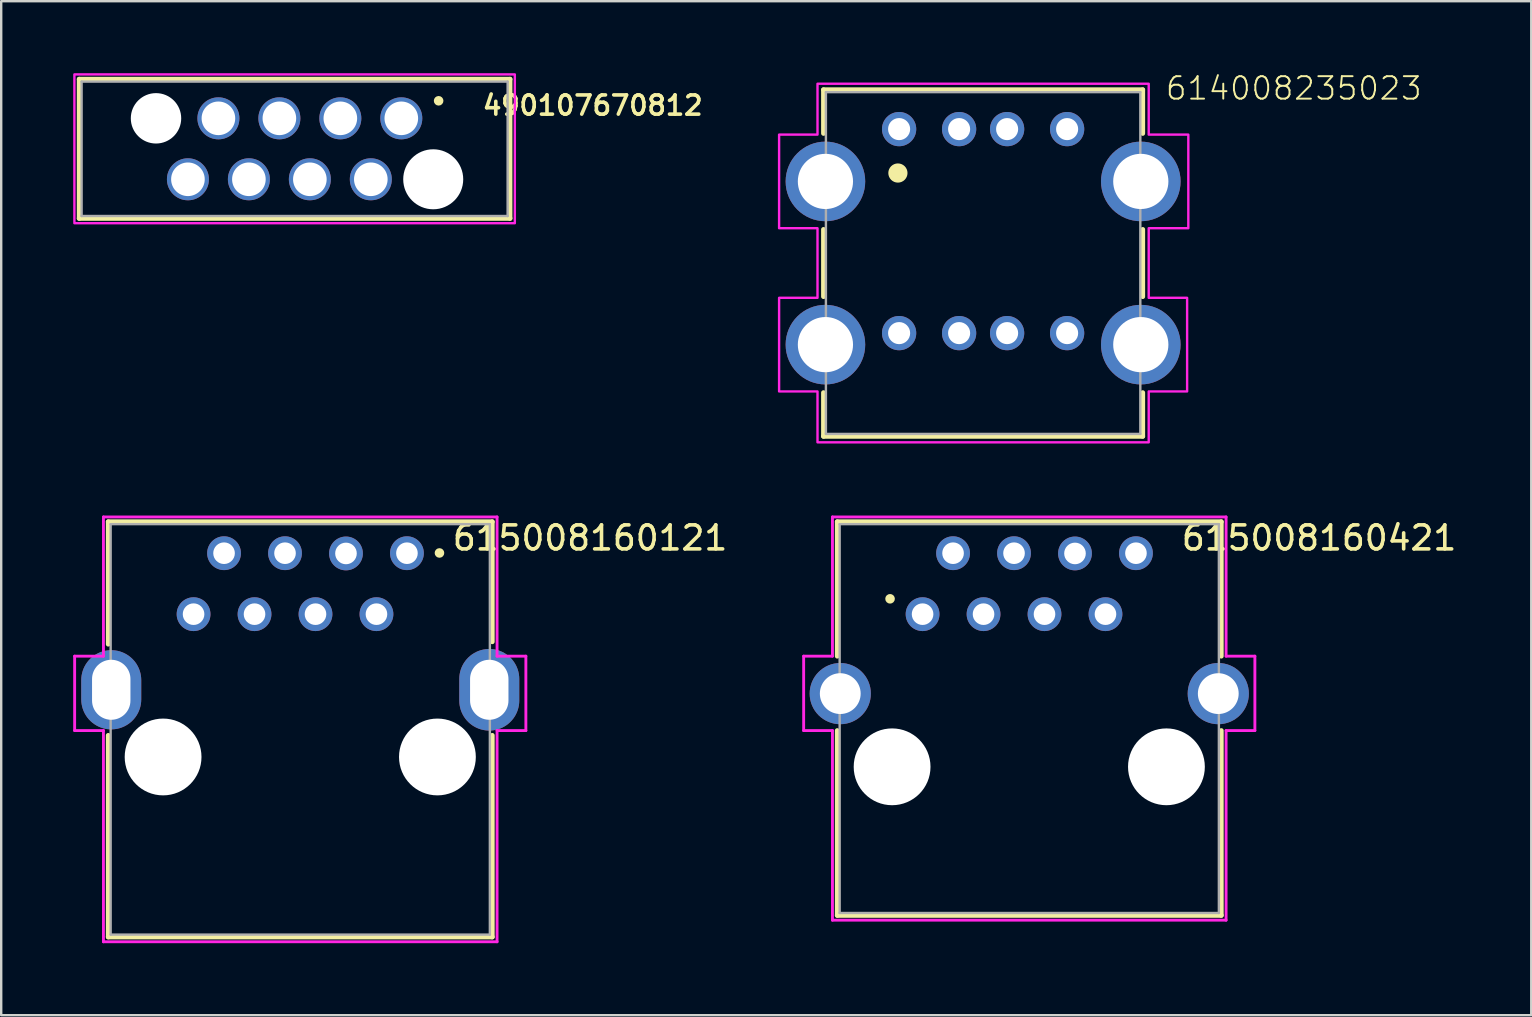
<source format=kicad_pcb>
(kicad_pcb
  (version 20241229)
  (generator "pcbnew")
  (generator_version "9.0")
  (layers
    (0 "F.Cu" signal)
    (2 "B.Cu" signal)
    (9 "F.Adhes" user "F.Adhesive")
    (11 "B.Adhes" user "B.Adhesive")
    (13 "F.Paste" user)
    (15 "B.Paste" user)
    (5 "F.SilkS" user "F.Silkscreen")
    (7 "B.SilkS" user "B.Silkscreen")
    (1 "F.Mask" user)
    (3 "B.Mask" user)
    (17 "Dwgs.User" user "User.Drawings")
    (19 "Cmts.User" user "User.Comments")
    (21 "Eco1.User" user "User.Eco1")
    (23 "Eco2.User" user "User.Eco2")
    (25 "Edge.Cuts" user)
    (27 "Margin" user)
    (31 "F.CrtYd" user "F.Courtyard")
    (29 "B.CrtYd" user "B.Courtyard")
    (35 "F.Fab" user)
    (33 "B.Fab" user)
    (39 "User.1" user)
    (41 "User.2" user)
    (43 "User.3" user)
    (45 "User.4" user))
  (footprint "490107670812"
    (layer "F.Cu")
    (at 9.225 3.15)
    (property "Reference" "490107670812" (at 12.42 -1.808 0) (layer "F.SilkS") (effects (font (size 0.8 0.8) (thickness 0.15))))
    (attr through_hole)
    (fp_line (start -8.975 -2.9) (end 8.975 -2.9) (stroke (width 0.2) (type solid)) (layer "F.SilkS"))
    (fp_line (start -8.975 2.9) (end -8.975 -2.9) (stroke (width 0.2) (type solid)) (layer "F.SilkS"))
    (fp_line (start 8.975 -2.9) (end 8.975 2.9) (stroke (width 0.2) (type solid)) (layer "F.SilkS"))
    (fp_line (start 8.975 2.9) (end -8.975 2.9) (stroke (width 0.2) (type solid)) (layer "F.SilkS"))
    (fp_circle (center 6 -2) (end 6.1 -2) (stroke (width 0.2) (type solid)) (fill no) (layer "F.SilkS"))
    (fp_poly (pts (xy -9.175 -3.1) (xy 9.175 -3.1) (xy 9.175 3.1) (xy -9.175 3.1)) (stroke (width 0.1) (type solid)) (fill no) (layer "F.CrtYd"))
    (fp_line (start -8.875 -2.8) (end 8.875 -2.8) (stroke (width 0.1) (type solid)) (layer "F.Fab"))
    (fp_line (start -8.875 2.8) (end -8.875 -2.8) (stroke (width 0.1) (type solid)) (layer "F.Fab"))
    (fp_line (start 8.875 -2.8) (end 8.875 2.8) (stroke (width 0.1) (type solid)) (layer "F.Fab"))
    (fp_line (start 8.875 2.8) (end -8.875 2.8) (stroke (width 0.1) (type solid)) (layer "F.Fab"))
    (pad "" np_thru_hole circle (at -5.775 -1.27) (size 2.1 2.1) (drill 2.1) (layers "*.Cu" "*.Mask"))
    (pad "" np_thru_hole circle (at 5.775 1.27) (size 2.5 2.5) (drill 2.5) (layers "*.Cu" "*.Mask"))
    (pad "1" thru_hole circle (at 4.445 -1.27) (size 1.75 1.75) (drill 1.4) (layers "*.Cu" "*.Mask"))
    (pad "2" thru_hole circle (at 3.175 1.27) (size 1.75 1.75) (drill 1.4) (layers "*.Cu" "*.Mask"))
    (pad "3" thru_hole circle (at 1.905 -1.27) (size 1.75 1.75) (drill 1.4) (layers "*.Cu" "*.Mask"))
    (pad "4" thru_hole circle (at 0.635 1.27) (size 1.75 1.75) (drill 1.4) (layers "*.Cu" "*.Mask"))
    (pad "5" thru_hole circle (at -0.635 -1.27) (size 1.75 1.75) (drill 1.4) (layers "*.Cu" "*.Mask"))
    (pad "6" thru_hole circle (at -1.905 1.27) (size 1.75 1.75) (drill 1.4) (layers "*.Cu" "*.Mask"))
    (pad "7" thru_hole circle (at -3.175 -1.27) (size 1.75 1.75) (drill 1.4) (layers "*.Cu" "*.Mask"))
    (pad "8" thru_hole circle (at -4.445 1.27) (size 1.75 1.75) (drill 1.4) (layers "*.Cu" "*.Mask")))
  (footprint "615008160421"
    (layer "F.Cu")
    (at 39.834 26.889)
    (property "Reference" "615008160421" (at 12.075 -7.525 0) (layer "F.SilkS") (effects (font (size 1 1) (thickness 0.15))))
    (attr through_hole)
    (fp_line (start -8 -8.2) (end 8 -8.2) (stroke (width 0.2) (type solid)) (layer "F.SilkS"))
    (fp_line (start -8 -2.6) (end -8 -8.2) (stroke (width 0.2) (type solid)) (layer "F.SilkS"))
    (fp_line (start -8 0.5) (end -8 8.2) (stroke (width 0.2) (type solid)) (layer "F.SilkS"))
    (fp_line (start -8 8.2) (end 8 8.2) (stroke (width 0.2) (type solid)) (layer "F.SilkS"))
    (fp_line (start 8 -8.2) (end 8 -2.6) (stroke (width 0.2) (type solid)) (layer "F.SilkS"))
    (fp_line (start 8 8.2) (end 8 0.5) (stroke (width 0.2) (type solid)) (layer "F.SilkS"))
    (fp_circle (center -5.8 -4.99) (end -5.7 -4.99) (stroke (width 0.2) (type solid)) (fill no) (layer "F.SilkS"))
    (fp_line (start -9.4 -2.6) (end -8.2 -2.6) (stroke (width 0.12) (type solid)) (layer "F.CrtYd"))
    (fp_line (start -9.4 0.5) (end -9.4 -2.6) (stroke (width 0.12) (type solid)) (layer "F.CrtYd"))
    (fp_line (start -8.2 -8.4) (end 8.2 -8.4) (stroke (width 0.12) (type solid)) (layer "F.CrtYd"))
    (fp_line (start -8.2 -2.6) (end -8.2 -8.4) (stroke (width 0.12) (type solid)) (layer "F.CrtYd"))
    (fp_line (start -8.2 0.5) (end -9.4 0.5) (stroke (width 0.12) (type solid)) (layer "F.CrtYd"))
    (fp_line (start -8.2 8.4) (end -8.2 0.5) (stroke (width 0.12) (type solid)) (layer "F.CrtYd"))
    (fp_line (start 8.2 -8.4) (end 8.2 -2.6) (stroke (width 0.12) (type solid)) (layer "F.CrtYd"))
    (fp_line (start 8.2 -2.6) (end 9.4 -2.6) (stroke (width 0.12) (type solid)) (layer "F.CrtYd"))
    (fp_line (start 8.2 0.5) (end 8.2 8.4) (stroke (width 0.12) (type solid)) (layer "F.CrtYd"))
    (fp_line (start 8.2 8.4) (end -8.2 8.4) (stroke (width 0.12) (type solid)) (layer "F.CrtYd"))
    (fp_line (start 9.4 -2.6) (end 9.4 0.5) (stroke (width 0.12) (type solid)) (layer "F.CrtYd"))
    (fp_line (start 9.4 0.5) (end 8.2 0.5) (stroke (width 0.12) (type solid)) (layer "F.CrtYd"))
    (fp_line (start -7.9 -8.1) (end -7.9 8.1) (stroke (width 0.1) (type solid)) (layer "F.Fab"))
    (fp_line (start -7.9 8.1) (end 7.9 8.1) (stroke (width 0.1) (type solid)) (layer "F.Fab"))
    (fp_line (start 7.9 -8.1) (end -7.9 -8.1) (stroke (width 0.1) (type solid)) (layer "F.Fab"))
    (fp_line (start 7.9 8.1) (end 7.9 -8.1) (stroke (width 0.1) (type solid)) (layer "F.Fab"))
    (pad "" np_thru_hole circle (at -5.715 2.01) (size 3.2 3.2) (drill 3.2) (layers "*.Cu" "*.Mask"))
    (pad "" np_thru_hole circle (at 5.715 2.01) (size 3.2 3.2) (drill 3.2) (layers "*.Cu" "*.Mask"))
    (pad "1" thru_hole circle (at -4.445 -4.35) (size 1.408 1.408) (drill 0.9) (layers "*.Cu" "*.Mask"))
    (pad "2" thru_hole circle (at -3.175 -6.89) (size 1.408 1.408) (drill 0.9) (layers "*.Cu" "*.Mask"))
    (pad "3" thru_hole circle (at -1.905 -4.35) (size 1.408 1.408) (drill 0.9) (layers "*.Cu" "*.Mask"))
    (pad "4" thru_hole circle (at -0.635 -6.89) (size 1.408 1.408) (drill 0.9) (layers "*.Cu" "*.Mask"))
    (pad "5" thru_hole circle (at 0.635 -4.35) (size 1.408 1.408) (drill 0.9) (layers "*.Cu" "*.Mask"))
    (pad "6" thru_hole circle (at 1.905 -6.88) (size 1.408 1.408) (drill 0.9) (layers "*.Cu" "*.Mask"))
    (pad "7" thru_hole circle (at 3.175 -4.35) (size 1.408 1.408) (drill 0.9) (layers "*.Cu" "*.Mask"))
    (pad "8" thru_hole circle (at 4.445 -6.89) (size 1.408 1.408) (drill 0.9) (layers "*.Cu" "*.Mask"))
    (pad "S1" thru_hole circle (at -7.875 -1.04) (size 2.55 2.55) (drill 1.7) (layers "*.Cu" "*.Mask"))
    (pad "S1" thru_hole circle (at 7.875 -1.04) (size 2.55 2.55) (drill 1.7) (layers "*.Cu" "*.Mask")))
  (footprint "615008160121"
    (layer "F.Cu")
    (at 9.46 26.889)
    (property "Reference" "615008160121" (at 12.075 -7.525 0) (layer "F.SilkS") (effects (font (size 1 1) (thickness 0.15))))
    (attr through_hole)
    (fp_line (start -8 -8.2) (end 8 -8.2) (stroke (width 0.2) (type solid)) (layer "F.SilkS"))
    (fp_line (start -8 -3.1) (end -8 -8.2) (stroke (width 0.2) (type solid)) (layer "F.SilkS"))
    (fp_line (start -8 0.7) (end -8 9.1) (stroke (width 0.2) (type solid)) (layer "F.SilkS"))
    (fp_line (start -8 9.1) (end 8 9.1) (stroke (width 0.2) (type solid)) (layer "F.SilkS"))
    (fp_line (start 8 -8.2) (end 8 -3.2) (stroke (width 0.2) (type solid)) (layer "F.SilkS"))
    (fp_line (start 8 9.1) (end 8 0.7) (stroke (width 0.2) (type solid)) (layer "F.SilkS"))
    (fp_circle (center 5.8 -6.9) (end 5.9 -6.9) (stroke (width 0.2) (type solid)) (fill no) (layer "F.SilkS"))
    (fp_line (start -9.4 -2.6) (end -8.2 -2.6) (stroke (width 0.12) (type solid)) (layer "F.CrtYd"))
    (fp_line (start -9.4 0.5) (end -9.4 -2.6) (stroke (width 0.12) (type solid)) (layer "F.CrtYd"))
    (fp_line (start -8.2 -8.4) (end 8.2 -8.4) (stroke (width 0.12) (type solid)) (layer "F.CrtYd"))
    (fp_line (start -8.2 -2.6) (end -8.2 -8.4) (stroke (width 0.12) (type solid)) (layer "F.CrtYd"))
    (fp_line (start -8.2 0.5) (end -9.4 0.5) (stroke (width 0.12) (type solid)) (layer "F.CrtYd"))
    (fp_line (start -8.2 9.3) (end -8.2 0.5) (stroke (width 0.12) (type solid)) (layer "F.CrtYd"))
    (fp_line (start 8.2 -8.4) (end 8.2 -2.6) (stroke (width 0.12) (type solid)) (layer "F.CrtYd"))
    (fp_line (start 8.2 -2.6) (end 9.4 -2.6) (stroke (width 0.12) (type solid)) (layer "F.CrtYd"))
    (fp_line (start 8.2 0.5) (end 8.2 9.3) (stroke (width 0.12) (type solid)) (layer "F.CrtYd"))
    (fp_line (start 8.2 9.3) (end -8.2 9.3) (stroke (width 0.12) (type solid)) (layer "F.CrtYd"))
    (fp_line (start 9.4 -2.6) (end 9.4 0.5) (stroke (width 0.12) (type solid)) (layer "F.CrtYd"))
    (fp_line (start 9.4 0.5) (end 8.2 0.5) (stroke (width 0.12) (type solid)) (layer "F.CrtYd"))
    (fp_line (start -7.9 -8.1) (end -7.9 9) (stroke (width 0.1) (type solid)) (layer "F.Fab"))
    (fp_line (start -7.9 9) (end 7.9 9) (stroke (width 0.1) (type solid)) (layer "F.Fab"))
    (fp_line (start 7.9 -8.1) (end -7.9 -8.1) (stroke (width 0.1) (type solid)) (layer "F.Fab"))
    (fp_line (start 7.9 9) (end 7.9 -8.1) (stroke (width 0.1) (type solid)) (layer "F.Fab"))
    (pad "" np_thru_hole circle (at -5.715 1.6) (size 3.2 3.2) (drill 3.2) (layers "*.Cu" "*.Mask"))
    (pad "" np_thru_hole circle (at 5.715 1.6) (size 3.2 3.2) (drill 3.2) (layers "*.Cu" "*.Mask"))
    (pad "1" thru_hole circle (at 4.445 -6.89) (size 1.408 1.408) (drill 0.9) (layers "*.Cu" "*.Mask"))
    (pad "2" thru_hole circle (at 3.175 -4.35) (size 1.408 1.408) (drill 0.9) (layers "*.Cu" "*.Mask"))
    (pad "3" thru_hole circle (at 1.905 -6.88) (size 1.408 1.408) (drill 0.9) (layers "*.Cu" "*.Mask"))
    (pad "4" thru_hole circle (at 0.635 -4.35) (size 1.408 1.408) (drill 0.9) (layers "*.Cu" "*.Mask"))
    (pad "5" thru_hole circle (at -0.635 -6.89) (size 1.408 1.408) (drill 0.9) (layers "*.Cu" "*.Mask"))
    (pad "6" thru_hole circle (at -1.905 -4.35) (size 1.408 1.408) (drill 0.9) (layers "*.Cu" "*.Mask"))
    (pad "7" thru_hole circle (at -3.175 -6.89) (size 1.408 1.408) (drill 0.9) (layers "*.Cu" "*.Mask"))
    (pad "8" thru_hole circle (at -4.445 -4.35) (size 1.408 1.408) (drill 0.9) (layers "*.Cu" "*.Mask"))
    (pad "S1" thru_hole oval (at -7.875 -1.2) (size 2.5 3.3) (drill oval 1.6 2.5) (layers "*.Cu" "*.Mask"))
    (pad "S1" thru_hole oval (at 7.875 -1.2) (size 2.5 3.4) (drill oval 1.6 2.5) (layers "*.Cu" "*.Mask")))
  (footprint "614008235023"
    (layer "F.Cu")
    (at 37.911 7.909)
    (property "Reference" "614008235023" (at 7.548 -6.731 0) (layer "F.SilkS") (effects (font (size 0.935 0.935) (thickness 0.081)) (justify left bottom)))
    (fp_line (start -6.65 -7.22) (end 6.65 -7.22) (stroke (width 0.2) (type solid)) (layer "F.SilkS"))
    (fp_line (start -6.65 -5.4) (end -6.65 -7.22) (stroke (width 0.2) (type solid)) (layer "F.SilkS"))
    (fp_line (start -6.65 -1.4) (end -6.65 1.4) (stroke (width 0.2) (type solid)) (layer "F.SilkS"))
    (fp_line (start -6.65 5.4) (end -6.65 7.22) (stroke (width 0.2) (type solid)) (layer "F.SilkS"))
    (fp_line (start -6.65 7.22) (end 6.65 7.22) (stroke (width 0.2) (type solid)) (layer "F.SilkS"))
    (fp_line (start 6.65 -7.22) (end 6.65 -5.4) (stroke (width 0.2) (type solid)) (layer "F.SilkS"))
    (fp_line (start 6.65 1.4) (end 6.65 -1.4) (stroke (width 0.2) (type solid)) (layer "F.SilkS"))
    (fp_line (start 6.65 7.22) (end 6.65 5.4) (stroke (width 0.2) (type solid)) (layer "F.SilkS"))
    (fp_circle (center -3.55 -3.75) (end -3.35 -3.75) (stroke (width 0.4) (type solid)) (fill no) (layer "F.SilkS"))
    (fp_poly (pts (xy 6.9 -5.35) (xy 8.55 -5.35) (xy 8.55 -1.45) (xy 6.9 -1.45) (xy 6.9 1.45) (xy 8.5 1.45) (xy 8.5 5.35) (xy 6.9 5.35) (xy 6.9 7.47) (xy -6.9 7.47) (xy -6.9 5.35) (xy -8.5 5.35) (xy -8.5 1.45) (xy -6.9 1.45) (xy -6.9 -1.45) (xy -8.5 -1.45) (xy -8.5 -5.35) (xy -6.9 -5.35) (xy -6.9 -7.47) (xy 6.9 -7.47)) (stroke (width 0.1) (type solid)) (fill no) (layer "F.CrtYd"))
    (fp_line (start -6.55 -7.12) (end -6.55 7.12) (stroke (width 0.1) (type solid)) (layer "F.Fab"))
    (fp_line (start -6.55 7.12) (end 6.55 7.12) (stroke (width 0.1) (type solid)) (layer "F.Fab"))
    (fp_line (start 6.55 -7.12) (end -6.55 -7.12) (stroke (width 0.1) (type solid)) (layer "F.Fab"))
    (fp_line (start 6.55 7.12) (end 6.55 -7.12) (stroke (width 0.1) (type solid)) (layer "F.Fab"))
    (pad "1" thru_hole circle (at -3.5 -5.58) (size 1.428 1.428) (drill 0.92) (layers "*.Cu" "*.Mask"))
    (pad "2" thru_hole circle (at -1 -5.58) (size 1.428 1.428) (drill 0.92) (layers "*.Cu" "*.Mask"))
    (pad "3" thru_hole circle (at 1 -5.58) (size 1.428 1.428) (drill 0.92) (layers "*.Cu" "*.Mask"))
    (pad "4" thru_hole circle (at 3.5 -5.58) (size 1.428 1.428) (drill 0.92) (layers "*.Cu" "*.Mask"))
    (pad "5" thru_hole circle (at -3.5 2.92) (size 1.428 1.428) (drill 0.92) (layers "*.Cu" "*.Mask"))
    (pad "6" thru_hole circle (at -1 2.92) (size 1.428 1.428) (drill 0.92) (layers "*.Cu" "*.Mask"))
    (pad "7" thru_hole circle (at 1 2.92) (size 1.428 1.428) (drill 0.92) (layers "*.Cu" "*.Mask"))
    (pad "8" thru_hole circle (at 3.5 2.92) (size 1.428 1.428) (drill 0.92) (layers "*.Cu" "*.Mask"))
    (pad "9" thru_hole circle (at -6.57 -3.4) (size 3.316 3.316) (drill 2.3) (layers "*.Cu" "*.Mask"))
    (pad "9" thru_hole circle (at -6.57 3.4) (size 3.316 3.316) (drill 2.3) (layers "*.Cu" "*.Mask"))
    (pad "9" thru_hole circle (at 6.57 -3.4) (size 3.316 3.316) (drill 2.3) (layers "*.Cu" "*.Mask"))
    (pad "9" thru_hole circle (at 6.57 3.4) (size 3.316 3.316) (drill 2.3) (layers "*.Cu" "*.Mask")))
  (gr_rect
    (start -3 -3)
    (end 60.749 39.249)
    (stroke (width 0.1) (type default))
    (fill no)
    (layer "Edge.Cuts")))
</source>
